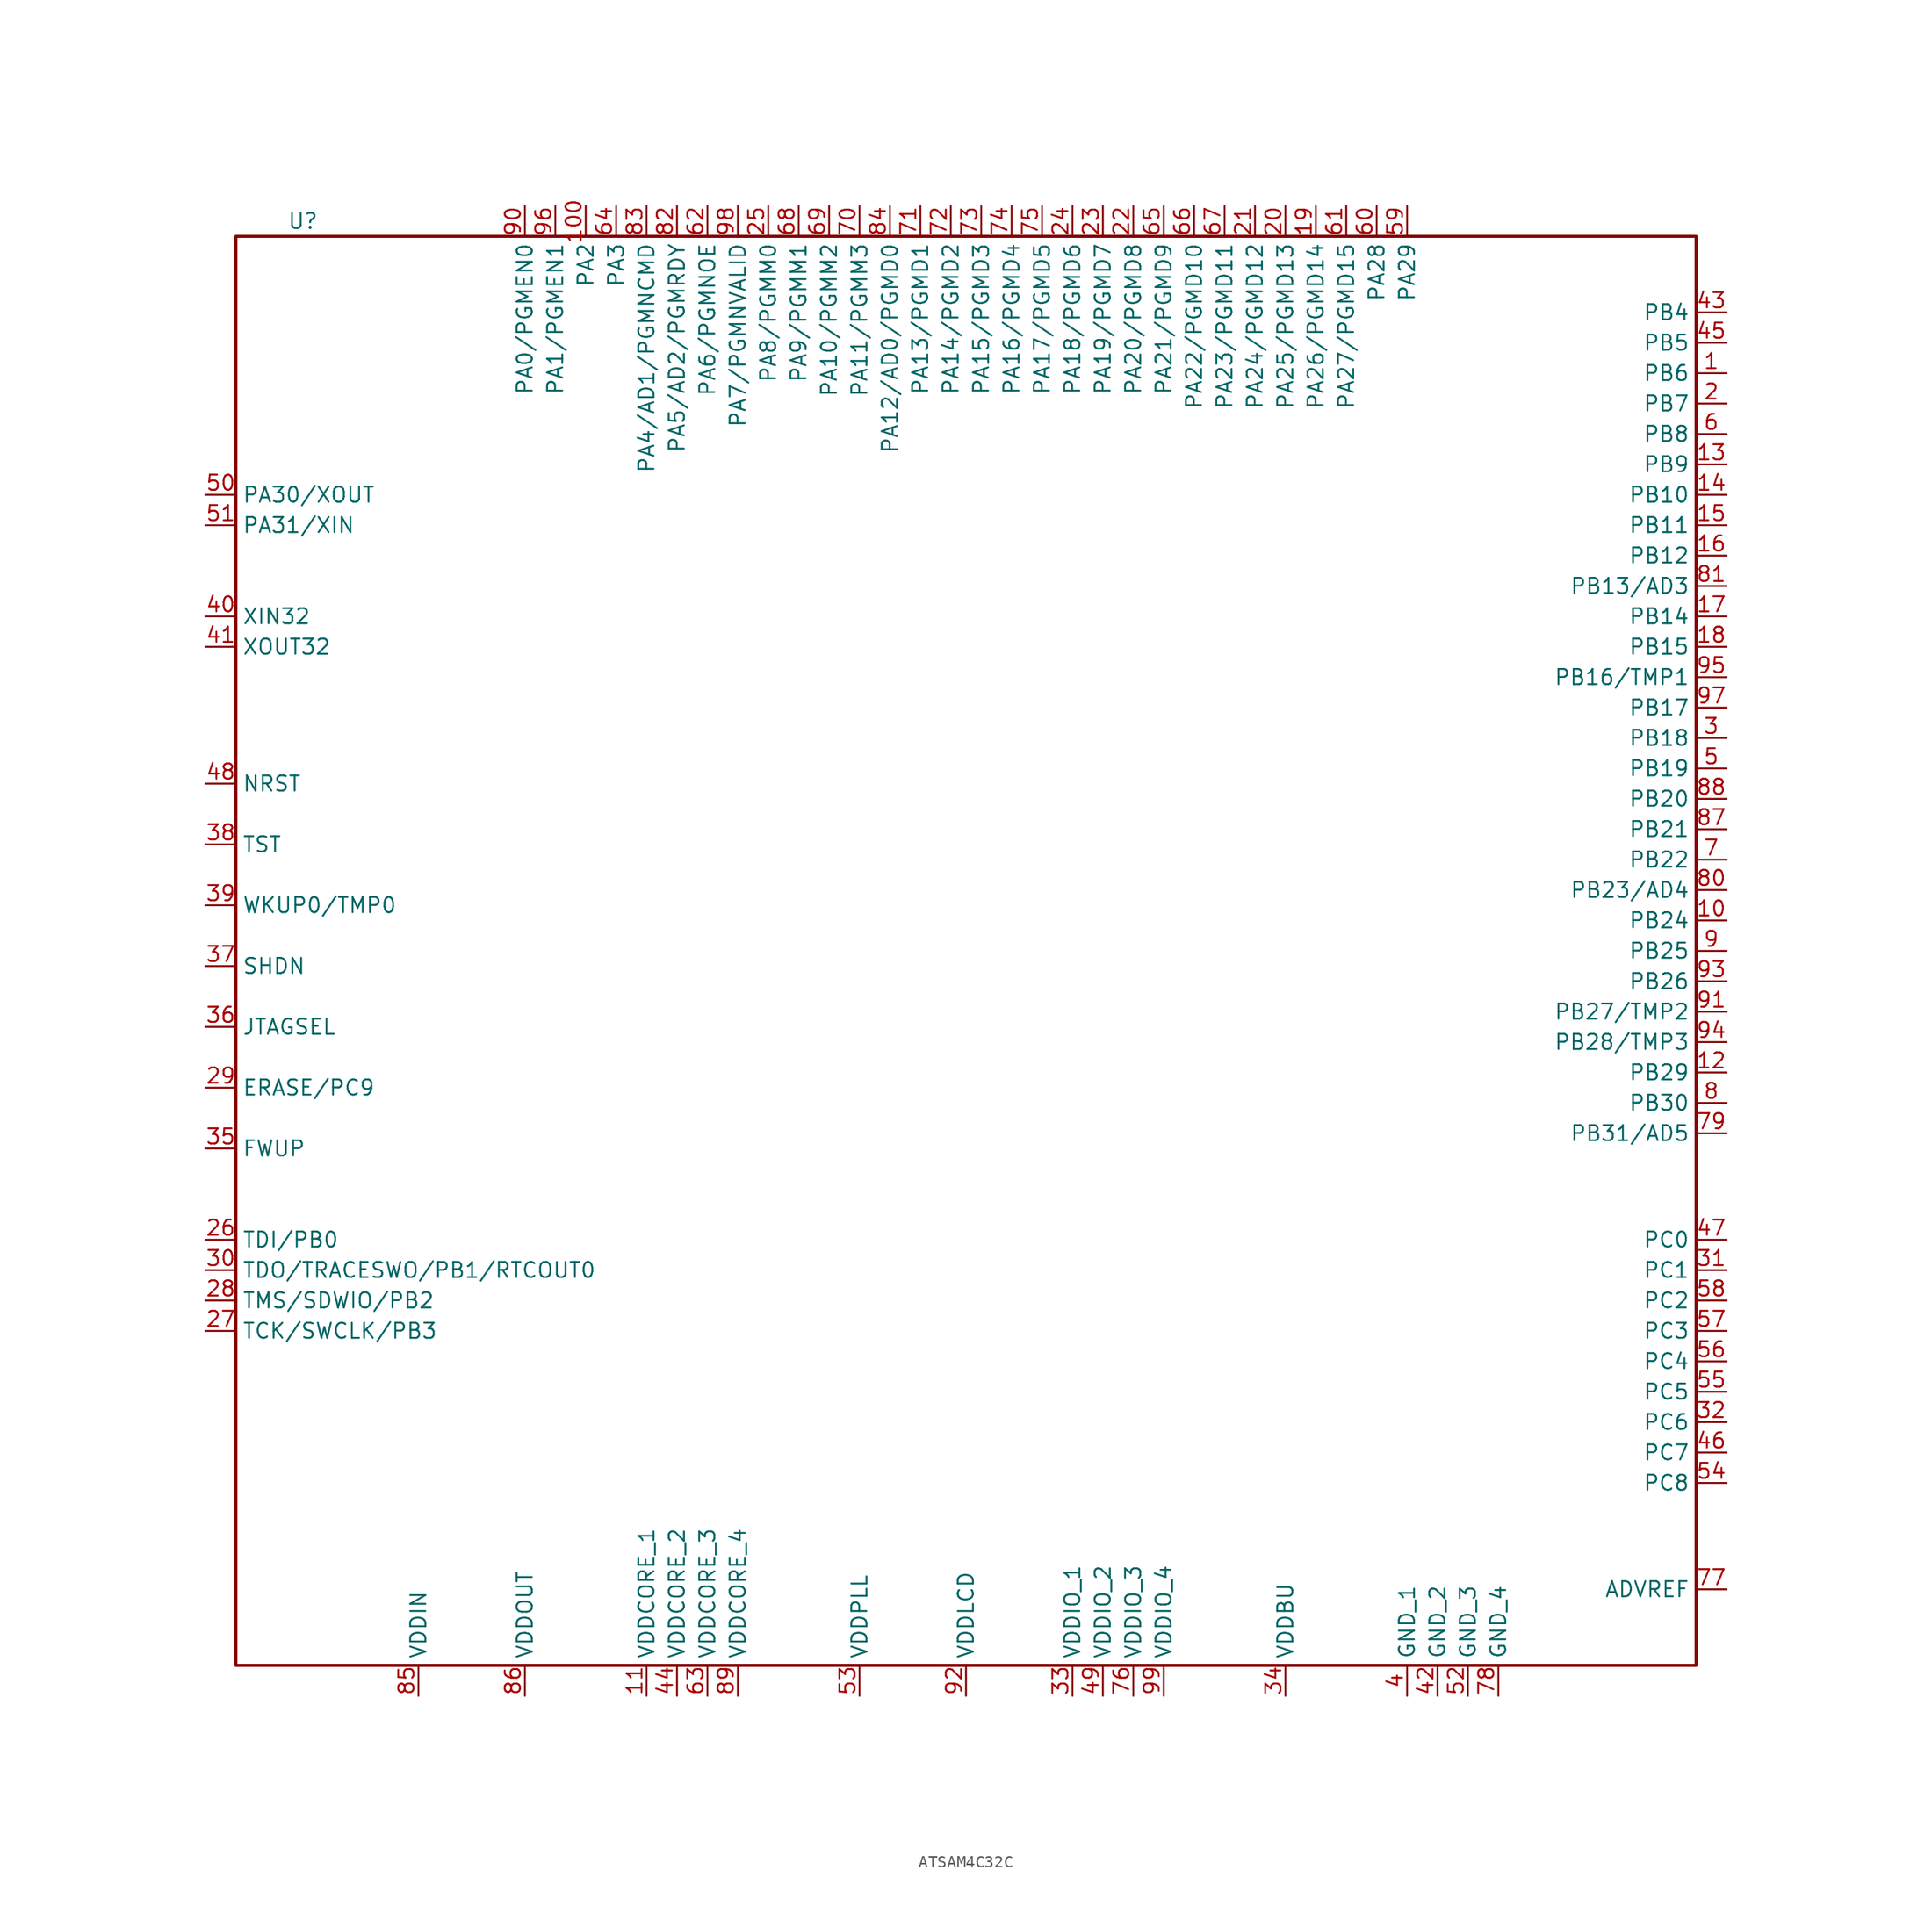
<source format=kicad_sym>
(kicad_symbol_lib
  (version 20231120)
  (generator "kicad_symbol_editor")
  (generator_version "8.0")
  (symbol "ATSAM4C32C"
    (property "Reference" "U"
      (at -55.372 63.5 0)
      (effects (font (size 1.27 1.27))))
    (property "Value" ""
      (at 63.5 50.8 0)
      (effects (font (size 1.27 1.27))))
    (symbol "ATSAM4C32C_0_0"
      (pin bidirectional line (at 63.5 50.8 180) (length 2.54) (name "PB6" (effects (font (size 1.27 1.27)))) (number "1" (effects (font (size 1.27 1.27)))))
      (pin bidirectional line (at 63.5 5.08 180) (length 2.54) (name "PB24" (effects (font (size 1.27 1.27)))) (number "10" (effects (font (size 1.27 1.27)))))
      (pin bidirectional line (at -31.75 64.77 270) (length 2.54) (name "PA2" (effects (font (size 1.27 1.27)))) (number "100" (effects (font (size 1.27 1.27)))))
      (pin bidirectional line (at 63.5 -7.62 180) (length 2.54) (name "PB29" (effects (font (size 1.27 1.27)))) (number "12" (effects (font (size 1.27 1.27)))))
      (pin bidirectional line (at 63.5 43.18 180) (length 2.54) (name "PB9" (effects (font (size 1.27 1.27)))) (number "13" (effects (font (size 1.27 1.27)))))
      (pin bidirectional line (at 63.5 40.64 180) (length 2.54) (name "PB10" (effects (font (size 1.27 1.27)))) (number "14" (effects (font (size 1.27 1.27)))))
      (pin bidirectional line (at 63.5 38.1 180) (length 2.54) (name "PB11" (effects (font (size 1.27 1.27)))) (number "15" (effects (font (size 1.27 1.27)))))
      (pin bidirectional line (at 63.5 35.56 180) (length 2.54) (name "PB12" (effects (font (size 1.27 1.27)))) (number "16" (effects (font (size 1.27 1.27)))))
      (pin bidirectional line (at 63.5 30.48 180) (length 2.54) (name "PB14" (effects (font (size 1.27 1.27)))) (number "17" (effects (font (size 1.27 1.27)))))
      (pin bidirectional line (at 63.5 27.94 180) (length 2.54) (name "PB15" (effects (font (size 1.27 1.27)))) (number "18" (effects (font (size 1.27 1.27)))))
      (pin bidirectional line (at 29.21 64.77 270) (length 2.54) (name "PA26/PGMD14" (effects (font (size 1.27 1.27)))) (number "19" (effects (font (size 1.27 1.27)))))
      (pin bidirectional line (at 63.5 48.26 180) (length 2.54) (name "PB7" (effects (font (size 1.27 1.27)))) (number "2" (effects (font (size 1.27 1.27)))))
      (pin bidirectional line (at 26.67 64.77 270) (length 2.54) (name "PA25/PGMD13" (effects (font (size 1.27 1.27)))) (number "20" (effects (font (size 1.27 1.27)))))
      (pin bidirectional line (at 24.13 64.77 270) (length 2.54) (name "PA24/PGMD12" (effects (font (size 1.27 1.27)))) (number "21" (effects (font (size 1.27 1.27)))))
      (pin bidirectional line (at 13.97 64.77 270) (length 2.54) (name "PA20/PGMD8" (effects (font (size 1.27 1.27)))) (number "22" (effects (font (size 1.27 1.27)))))
      (pin bidirectional line (at 11.43 64.77 270) (length 2.54) (name "PA19/PGMD7" (effects (font (size 1.27 1.27)))) (number "23" (effects (font (size 1.27 1.27)))))
      (pin bidirectional line (at 8.89 64.77 270) (length 2.54) (name "PA18/PGMD6" (effects (font (size 1.27 1.27)))) (number "24" (effects (font (size 1.27 1.27)))))
      (pin bidirectional line (at -16.51 64.77 270) (length 2.54) (name "PA8/PGMM0" (effects (font (size 1.27 1.27)))) (number "25" (effects (font (size 1.27 1.27)))))
      (pin bidirectional line (at -63.5 -21.59 0) (length 2.54) (name "TDI/PB0" (effects (font (size 1.27 1.27)))) (number "26" (effects (font (size 1.27 1.27)))))
      (pin bidirectional line (at -63.5 -29.21 0) (length 2.54) (name "TCK/SWCLK/PB3" (effects (font (size 1.27 1.27)))) (number "27" (effects (font (size 1.27 1.27)))))
      (pin bidirectional line (at -63.5 -26.67 0) (length 2.54) (name "TMS/SDWIO/PB2" (effects (font (size 1.27 1.27)))) (number "28" (effects (font (size 1.27 1.27)))))
      (pin bidirectional line (at -63.5 -8.89 0) (length 2.54) (name "ERASE/PC9" (effects (font (size 1.27 1.27)))) (number "29" (effects (font (size 1.27 1.27)))))
      (pin bidirectional line (at 63.5 20.32 180) (length 2.54) (name "PB18" (effects (font (size 1.27 1.27)))) (number "3" (effects (font (size 1.27 1.27)))))
      (pin bidirectional line (at -63.5 -24.13 0) (length 2.54) (name "TDO/TRACESWO/PB1/RTCOUT0" (effects (font (size 1.27 1.27)))) (number "30" (effects (font (size 1.27 1.27)))))
      (pin bidirectional line (at 63.5 -24.13 180) (length 2.54) (name "PC1" (effects (font (size 1.27 1.27)))) (number "31" (effects (font (size 1.27 1.27)))))
      (pin bidirectional line (at 63.5 -36.83 180) (length 2.54) (name "PC6" (effects (font (size 1.27 1.27)))) (number "32" (effects (font (size 1.27 1.27)))))
      (pin bidirectional line (at 26.67 -59.69 90) (length 2.54) (name "VDDBU" (effects (font (size 1.27 1.27)))) (number "34" (effects (font (size 1.27 1.27)))))
      (pin bidirectional line (at -63.5 -13.97 0) (length 2.54) (name "FWUP" (effects (font (size 1.27 1.27)))) (number "35" (effects (font (size 1.27 1.27)))))
      (pin bidirectional line (at -63.5 -3.81 0) (length 2.54) (name "JTAGSEL" (effects (font (size 1.27 1.27)))) (number "36" (effects (font (size 1.27 1.27)))))
      (pin bidirectional line (at -63.5 1.27 0) (length 2.54) (name "SHDN" (effects (font (size 1.27 1.27)))) (number "37" (effects (font (size 1.27 1.27)))))
      (pin bidirectional line (at -63.5 11.43 0) (length 2.54) (name "TST" (effects (font (size 1.27 1.27)))) (number "38" (effects (font (size 1.27 1.27)))))
      (pin bidirectional line (at -63.5 6.35 0) (length 2.54) (name "WKUP0/TMP0" (effects (font (size 1.27 1.27)))) (number "39" (effects (font (size 1.27 1.27)))))
      (pin input line (at -63.5 30.48 0) (length 2.54) (name "XIN32" (effects (font (size 1.27 1.27)))) (number "40" (effects (font (size 1.27 1.27)))))
      (pin output line (at -63.5 27.94 0) (length 2.54) (name "XOUT32" (effects (font (size 1.27 1.27)))) (number "41" (effects (font (size 1.27 1.27)))))
      (pin bidirectional line (at 63.5 55.88 180) (length 2.54) (name "PB4" (effects (font (size 1.27 1.27)))) (number "43" (effects (font (size 1.27 1.27)))))
      (pin bidirectional line (at 63.5 53.34 180) (length 2.54) (name "PB5" (effects (font (size 1.27 1.27)))) (number "45" (effects (font (size 1.27 1.27)))))
      (pin bidirectional line (at 63.5 -39.37 180) (length 2.54) (name "PC7" (effects (font (size 1.27 1.27)))) (number "46" (effects (font (size 1.27 1.27)))))
      (pin bidirectional line (at 63.5 -21.59 180) (length 2.54) (name "PC0" (effects (font (size 1.27 1.27)))) (number "47" (effects (font (size 1.27 1.27)))))
      (pin input line (at -63.5 16.51 0) (length 2.54) (name "NRST" (effects (font (size 1.27 1.27)))) (number "48" (effects (font (size 1.27 1.27)))))
      (pin bidirectional line (at 63.5 17.78 180) (length 2.54) (name "PB19" (effects (font (size 1.27 1.27)))) (number "5" (effects (font (size 1.27 1.27)))))
      (pin power_in line (at -8.89 -59.69 90) (length 2.54) (name "VDDPLL" (effects (font (size 1.27 1.27)))) (number "53" (effects (font (size 1.27 1.27)))))
      (pin bidirectional line (at 63.5 -41.91 180) (length 2.54) (name "PC8" (effects (font (size 1.27 1.27)))) (number "54" (effects (font (size 1.27 1.27)))))
      (pin bidirectional line (at 63.5 -34.29 180) (length 2.54) (name "PC5" (effects (font (size 1.27 1.27)))) (number "55" (effects (font (size 1.27 1.27)))))
      (pin bidirectional line (at 63.5 -31.75 180) (length 2.54) (name "PC4" (effects (font (size 1.27 1.27)))) (number "56" (effects (font (size 1.27 1.27)))))
      (pin bidirectional line (at 63.5 -29.21 180) (length 2.54) (name "PC3" (effects (font (size 1.27 1.27)))) (number "57" (effects (font (size 1.27 1.27)))))
      (pin bidirectional line (at 63.5 -26.67 180) (length 2.54) (name "PC2" (effects (font (size 1.27 1.27)))) (number "58" (effects (font (size 1.27 1.27)))))
      (pin bidirectional line (at 36.83 64.77 270) (length 2.54) (name "PA29" (effects (font (size 1.27 1.27)))) (number "59" (effects (font (size 1.27 1.27)))))
      (pin bidirectional line (at 63.5 45.72 180) (length 2.54) (name "PB8" (effects (font (size 1.27 1.27)))) (number "6" (effects (font (size 1.27 1.27)))))
      (pin bidirectional line (at 34.29 64.77 270) (length 2.54) (name "PA28" (effects (font (size 1.27 1.27)))) (number "60" (effects (font (size 1.27 1.27)))))
      (pin bidirectional line (at 31.75 64.77 270) (length 2.54) (name "PA27/PGMD15" (effects (font (size 1.27 1.27)))) (number "61" (effects (font (size 1.27 1.27)))))
      (pin bidirectional line (at -21.59 64.77 270) (length 2.54) (name "PA6/PGMNOE" (effects (font (size 1.27 1.27)))) (number "62" (effects (font (size 1.27 1.27)))))
      (pin bidirectional line (at -29.21 64.77 270) (length 2.54) (name "PA3" (effects (font (size 1.27 1.27)))) (number "64" (effects (font (size 1.27 1.27)))))
      (pin bidirectional line (at 16.51 64.77 270) (length 2.54) (name "PA21/PGMD9" (effects (font (size 1.27 1.27)))) (number "65" (effects (font (size 1.27 1.27)))))
      (pin bidirectional line (at 19.05 64.77 270) (length 2.54) (name "PA22/PGMD10" (effects (font (size 1.27 1.27)))) (number "66" (effects (font (size 1.27 1.27)))))
      (pin bidirectional line (at 21.59 64.77 270) (length 2.54) (name "PA23/PGMD11" (effects (font (size 1.27 1.27)))) (number "67" (effects (font (size 1.27 1.27)))))
      (pin bidirectional line (at -13.97 64.77 270) (length 2.54) (name "PA9/PGMM1" (effects (font (size 1.27 1.27)))) (number "68" (effects (font (size 1.27 1.27)))))
      (pin bidirectional line (at -11.43 64.77 270) (length 2.54) (name "PA10/PGMM2" (effects (font (size 1.27 1.27)))) (number "69" (effects (font (size 1.27 1.27)))))
      (pin bidirectional line (at 63.5 10.16 180) (length 2.54) (name "PB22" (effects (font (size 1.27 1.27)))) (number "7" (effects (font (size 1.27 1.27)))))
      (pin bidirectional line (at -8.89 64.77 270) (length 2.54) (name "PA11/PGMM3" (effects (font (size 1.27 1.27)))) (number "70" (effects (font (size 1.27 1.27)))))
      (pin bidirectional line (at -3.81 64.77 270) (length 2.54) (name "PA13/PGMD1" (effects (font (size 1.27 1.27)))) (number "71" (effects (font (size 1.27 1.27)))))
      (pin bidirectional line (at -1.27 64.77 270) (length 2.54) (name "PA14/PGMD2" (effects (font (size 1.27 1.27)))) (number "72" (effects (font (size 1.27 1.27)))))
      (pin bidirectional line (at 1.27 64.77 270) (length 2.54) (name "PA15/PGMD3" (effects (font (size 1.27 1.27)))) (number "73" (effects (font (size 1.27 1.27)))))
      (pin bidirectional line (at 3.81 64.77 270) (length 2.54) (name "PA16/PGMD4" (effects (font (size 1.27 1.27)))) (number "74" (effects (font (size 1.27 1.27)))))
      (pin bidirectional line (at 6.35 64.77 270) (length 2.54) (name "PA17/PGMD5" (effects (font (size 1.27 1.27)))) (number "75" (effects (font (size 1.27 1.27)))))
      (pin bidirectional line (at 63.5 -50.8 180) (length 2.54) (name "ADVREF" (effects (font (size 1.27 1.27)))) (number "77" (effects (font (size 1.27 1.27)))))
      (pin bidirectional line (at 63.5 -12.7 180) (length 2.54) (name "PB31/AD5" (effects (font (size 1.27 1.27)))) (number "79" (effects (font (size 1.27 1.27)))))
      (pin bidirectional line (at 63.5 -10.16 180) (length 2.54) (name "PB30" (effects (font (size 1.27 1.27)))) (number "8" (effects (font (size 1.27 1.27)))))
      (pin bidirectional line (at 63.5 7.62 180) (length 2.54) (name "PB23/AD4" (effects (font (size 1.27 1.27)))) (number "80" (effects (font (size 1.27 1.27)))))
      (pin bidirectional line (at 63.5 33.02 180) (length 2.54) (name "PB13/AD3" (effects (font (size 1.27 1.27)))) (number "81" (effects (font (size 1.27 1.27)))))
      (pin bidirectional line (at -24.13 64.77 270) (length 2.54) (name "PA5/AD2/PGMRDY" (effects (font (size 1.27 1.27)))) (number "82" (effects (font (size 1.27 1.27)))))
      (pin bidirectional line (at -26.67 64.77 270) (length 2.54) (name "PA4/AD1/PGMNCMD" (effects (font (size 1.27 1.27)))) (number "83" (effects (font (size 1.27 1.27)))))
      (pin bidirectional line (at -6.35 64.77 270) (length 2.54) (name "PA12/AD0/PGMD0" (effects (font (size 1.27 1.27)))) (number "84" (effects (font (size 1.27 1.27)))))
      (pin power_in line (at -45.72 -59.69 90) (length 2.54) (name "VDDIN" (effects (font (size 1.27 1.27)))) (number "85" (effects (font (size 1.27 1.27)))))
      (pin power_in line (at -36.83 -59.69 90) (length 2.54) (name "VDDOUT" (effects (font (size 1.27 1.27)))) (number "86" (effects (font (size 1.27 1.27)))))
      (pin bidirectional line (at 63.5 12.7 180) (length 2.54) (name "PB21" (effects (font (size 1.27 1.27)))) (number "87" (effects (font (size 1.27 1.27)))))
      (pin bidirectional line (at 63.5 15.24 180) (length 2.54) (name "PB20" (effects (font (size 1.27 1.27)))) (number "88" (effects (font (size 1.27 1.27)))))
      (pin bidirectional line (at 63.5 2.54 180) (length 2.54) (name "PB25" (effects (font (size 1.27 1.27)))) (number "9" (effects (font (size 1.27 1.27)))))
      (pin bidirectional line (at -36.83 64.77 270) (length 2.54) (name "PA0/PGMEN0" (effects (font (size 1.27 1.27)))) (number "90" (effects (font (size 1.27 1.27)))))
      (pin bidirectional line (at 63.5 -2.54 180) (length 2.54) (name "PB27/TMP2" (effects (font (size 1.27 1.27)))) (number "91" (effects (font (size 1.27 1.27)))))
      (pin power_in line (at 0 -59.69 90) (length 2.54) (name "VDDLCD" (effects (font (size 1.27 1.27)))) (number "92" (effects (font (size 1.27 1.27)))))
      (pin bidirectional line (at 63.5 0 180) (length 2.54) (name "PB26" (effects (font (size 1.27 1.27)))) (number "93" (effects (font (size 1.27 1.27)))))
      (pin bidirectional line (at 63.5 -5.08 180) (length 2.54) (name "PB28/TMP3" (effects (font (size 1.27 1.27)))) (number "94" (effects (font (size 1.27 1.27)))))
      (pin bidirectional line (at 63.5 25.4 180) (length 2.54) (name "PB16/TMP1" (effects (font (size 1.27 1.27)))) (number "95" (effects (font (size 1.27 1.27)))))
      (pin bidirectional line (at -34.29 64.77 270) (length 2.54) (name "PA1/PGMEN1" (effects (font (size 1.27 1.27)))) (number "96" (effects (font (size 1.27 1.27)))))
      (pin bidirectional line (at 63.5 22.86 180) (length 2.54) (name "PB17" (effects (font (size 1.27 1.27)))) (number "97" (effects (font (size 1.27 1.27)))))
      (pin bidirectional line (at -19.05 64.77 270) (length 2.54) (name "PA7/PGMNVALID" (effects (font (size 1.27 1.27)))) (number "98" (effects (font (size 1.27 1.27))))))
    (symbol "ATSAM4C32C_0_1"
      (polyline (pts (xy -60.96 62.23) (xy 60.96 62.23) (xy 60.96 -57.15) (xy -60.96 -57.15) (xy -60.96 -57.15) (xy -60.96 62.23)) (stroke (width 0.254) (type default)) (fill (type none))))
    (symbol "ATSAM4C32C_1_0"
      (pin power_in line (at -26.67 -59.69 90) (length 2.54) (name "VDDCORE_1" (effects (font (size 1.27 1.27)))) (number "11" (effects (font (size 1.27 1.27)))))
      (pin bidirectional line (at 8.89 -59.69 90) (length 2.54) (name "VDDIO_1" (effects (font (size 1.27 1.27)))) (number "33" (effects (font (size 1.27 1.27)))))
      (pin power_in line (at 36.83 -59.69 90) (length 2.54) (name "GND_1" (effects (font (size 1.27 1.27)))) (number "4" (effects (font (size 1.27 1.27)))))
      (pin power_in line (at 39.37 -59.69 90) (length 2.54) (name "GND_2" (effects (font (size 1.27 1.27)))) (number "42" (effects (font (size 1.27 1.27)))))
      (pin power_in line (at -24.13 -59.69 90) (length 2.54) (name "VDDCORE_2" (effects (font (size 1.27 1.27)))) (number "44" (effects (font (size 1.27 1.27)))))
      (pin power_in line (at 11.43 -59.69 90) (length 2.54) (name "VDDIO_2" (effects (font (size 1.27 1.27)))) (number "49" (effects (font (size 1.27 1.27)))))
      (pin bidirectional line (at -63.5 40.64 0) (length 2.54) (name "PA30/XOUT" (effects (font (size 1.27 1.27)))) (number "50" (effects (font (size 1.27 1.27)))))
      (pin bidirectional line (at -63.5 38.1 0) (length 2.54) (name "PA31/XIN" (effects (font (size 1.27 1.27)))) (number "51" (effects (font (size 1.27 1.27)))))
      (pin power_in line (at 41.91 -59.69 90) (length 2.54) (name "GND_3" (effects (font (size 1.27 1.27)))) (number "52" (effects (font (size 1.27 1.27)))))
      (pin power_in line (at -21.59 -59.69 90) (length 2.54) (name "VDDCORE_3" (effects (font (size 1.27 1.27)))) (number "63" (effects (font (size 1.27 1.27)))))
      (pin power_in line (at 13.97 -59.69 90) (length 2.54) (name "VDDIO_3" (effects (font (size 1.27 1.27)))) (number "76" (effects (font (size 1.27 1.27)))))
      (pin power_in line (at 44.45 -59.69 90) (length 2.54) (name "GND_4" (effects (font (size 1.27 1.27)))) (number "78" (effects (font (size 1.27 1.27)))))
      (pin power_in line (at -19.05 -59.69 90) (length 2.54) (name "VDDCORE_4" (effects (font (size 1.27 1.27)))) (number "89" (effects (font (size 1.27 1.27)))))
      (pin power_in line (at 16.51 -59.69 90) (length 2.54) (name "VDDIO_4" (effects (font (size 1.27 1.27)))) (number "99" (effects (font (size 1.27 1.27))))))))
</source>
